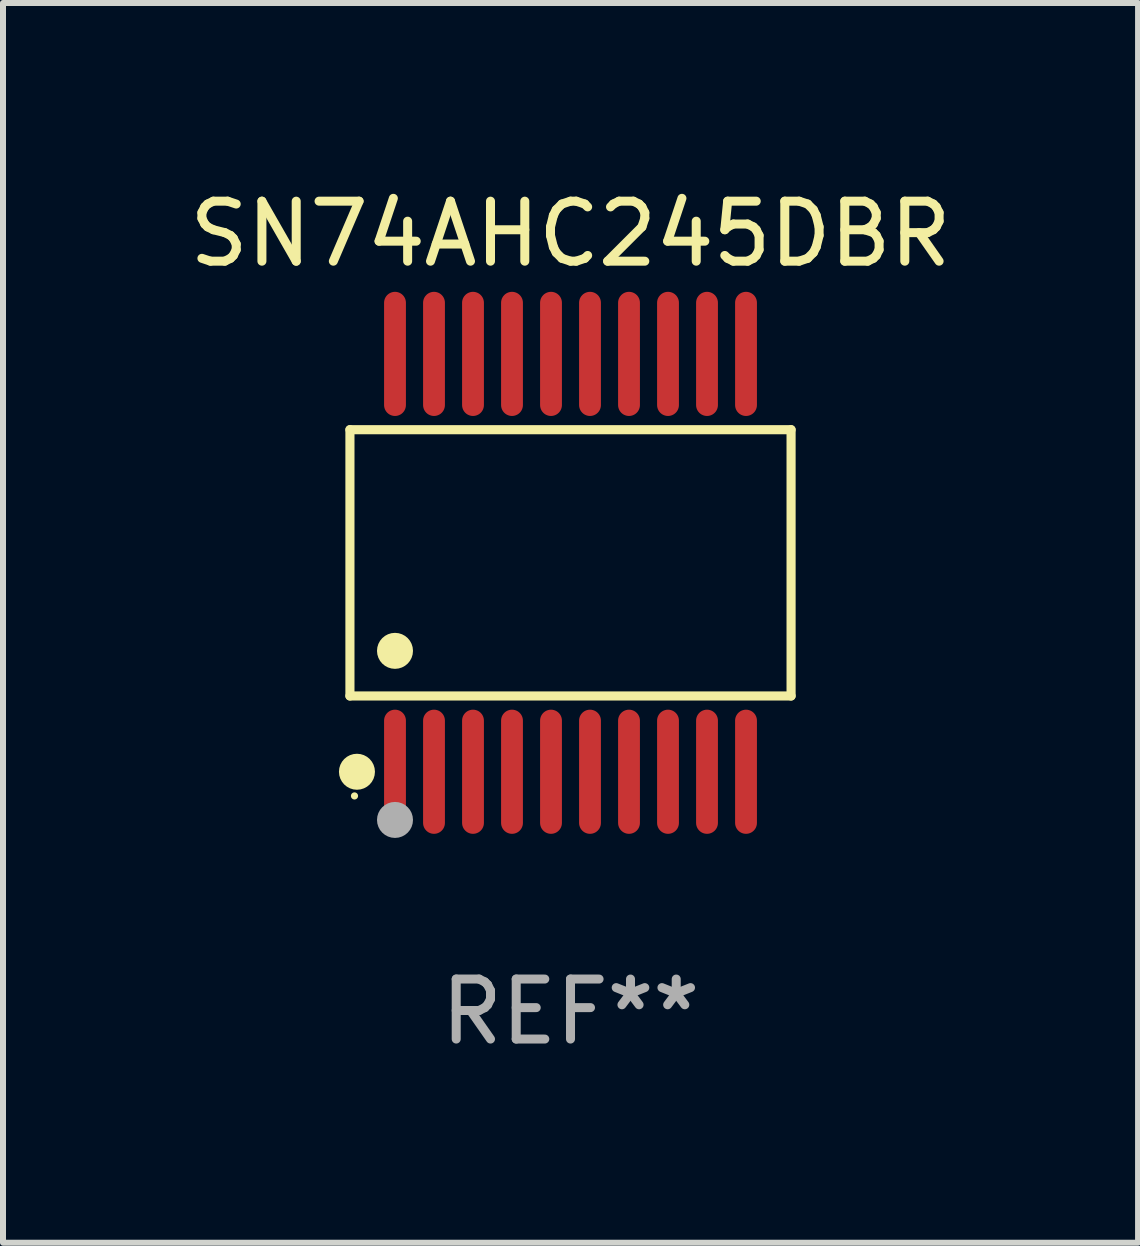
<source format=kicad_pcb>
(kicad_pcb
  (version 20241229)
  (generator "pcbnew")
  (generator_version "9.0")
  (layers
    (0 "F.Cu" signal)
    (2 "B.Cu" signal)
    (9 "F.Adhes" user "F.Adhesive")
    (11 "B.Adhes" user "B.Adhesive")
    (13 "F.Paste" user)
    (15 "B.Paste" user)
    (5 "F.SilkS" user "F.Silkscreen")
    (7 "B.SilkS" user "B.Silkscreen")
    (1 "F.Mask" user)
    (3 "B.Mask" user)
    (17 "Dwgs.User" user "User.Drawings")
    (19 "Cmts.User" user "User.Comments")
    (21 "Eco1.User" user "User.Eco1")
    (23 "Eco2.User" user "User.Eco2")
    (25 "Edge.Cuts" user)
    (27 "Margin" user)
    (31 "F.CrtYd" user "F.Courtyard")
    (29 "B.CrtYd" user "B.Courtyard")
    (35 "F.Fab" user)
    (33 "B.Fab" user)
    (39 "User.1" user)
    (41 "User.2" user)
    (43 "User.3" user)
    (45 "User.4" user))
  (footprint "SN74AHC245DBR"
    (layer "F.Cu")
    (at 6.458 6.33)
    (property "Reference" "SN74AHC245DBR" (at 0 -5.482 0) (layer "F.SilkS") (effects (font (size 1 1) (thickness 0.15))))
    (attr through_hole)
    (fp_line (start -3.676 -2.219) (end 3.676 -2.219) (stroke (width 0.152) (type solid)) (layer "F.SilkS"))
    (fp_line (start -3.676 2.219) (end -3.676 -2.219) (stroke (width 0.152) (type solid)) (layer "F.SilkS"))
    (fp_line (start 3.676 -2.219) (end 3.676 2.219) (stroke (width 0.152) (type solid)) (layer "F.SilkS"))
    (fp_line (start 3.676 2.219) (end -3.676 2.219) (stroke (width 0.152) (type solid)) (layer "F.SilkS"))
    (fp_circle (center -3.6 3.885) (end -3.57 3.885) (stroke (width 0.06) (type solid)) (fill no) (layer "F.SilkS"))
    (fp_circle (center -3.559 3.482) (end -3.409 3.482) (stroke (width 0.3) (type solid)) (fill no) (layer "F.SilkS"))
    (fp_circle (center -2.925 1.467) (end -2.775 1.467) (stroke (width 0.3) (type solid)) (fill no) (layer "F.SilkS"))
    (fp_circle (center -2.925 4.285) (end -2.775 4.285) (stroke (width 0.3) (type solid)) (fill no) (layer "F.Fab"))
    (fp_text user "REF**" (at 0 7.482 0) (layer "F.Fab") (effects (font (size 1 1) (thickness 0.15))))
    (pad "1" smd oval (at -2.925 3.482) (size 0.364 2.069) (layers "F.Cu" "F.Mask" "F.Paste"))
    (pad "2" smd oval (at -2.275 3.482) (size 0.364 2.069) (layers "F.Cu" "F.Mask" "F.Paste"))
    (pad "3" smd oval (at -1.625 3.482) (size 0.364 2.069) (layers "F.Cu" "F.Mask" "F.Paste"))
    (pad "4" smd oval (at -0.975 3.482) (size 0.364 2.069) (layers "F.Cu" "F.Mask" "F.Paste"))
    (pad "5" smd oval (at -0.325 3.482) (size 0.364 2.069) (layers "F.Cu" "F.Mask" "F.Paste"))
    (pad "6" smd oval (at 0.325 3.482) (size 0.364 2.069) (layers "F.Cu" "F.Mask" "F.Paste"))
    (pad "7" smd oval (at 0.975 3.482) (size 0.364 2.069) (layers "F.Cu" "F.Mask" "F.Paste"))
    (pad "8" smd oval (at 1.625 3.482) (size 0.364 2.069) (layers "F.Cu" "F.Mask" "F.Paste"))
    (pad "9" smd oval (at 2.275 3.482) (size 0.364 2.069) (layers "F.Cu" "F.Mask" "F.Paste"))
    (pad "10" smd oval (at 2.925 3.482) (size 0.364 2.069) (layers "F.Cu" "F.Mask" "F.Paste"))
    (pad "11" smd oval (at 2.925 -3.482) (size 0.364 2.069) (layers "F.Cu" "F.Mask" "F.Paste"))
    (pad "12" smd oval (at 2.275 -3.482) (size 0.364 2.069) (layers "F.Cu" "F.Mask" "F.Paste"))
    (pad "13" smd oval (at 1.625 -3.482) (size 0.364 2.069) (layers "F.Cu" "F.Mask" "F.Paste"))
    (pad "14" smd oval (at 0.975 -3.482) (size 0.364 2.069) (layers "F.Cu" "F.Mask" "F.Paste"))
    (pad "15" smd oval (at 0.325 -3.482) (size 0.364 2.069) (layers "F.Cu" "F.Mask" "F.Paste"))
    (pad "16" smd oval (at -0.325 -3.482) (size 0.364 2.069) (layers "F.Cu" "F.Mask" "F.Paste"))
    (pad "17" smd oval (at -0.975 -3.482) (size 0.364 2.069) (layers "F.Cu" "F.Mask" "F.Paste"))
    (pad "18" smd oval (at -1.625 -3.482) (size 0.364 2.069) (layers "F.Cu" "F.Mask" "F.Paste"))
    (pad "19" smd oval (at -2.275 -3.482) (size 0.364 2.069) (layers "F.Cu" "F.Mask" "F.Paste"))
    (pad "20" smd oval (at -2.925 -3.482) (size 0.364 2.069) (layers "F.Cu" "F.Mask" "F.Paste")))
  (gr_rect
    (start -3 -3)
    (end 15.917 17.661)
    (stroke (width 0.1) (type default))
    (fill no)
    (layer "Edge.Cuts")))
</source>
